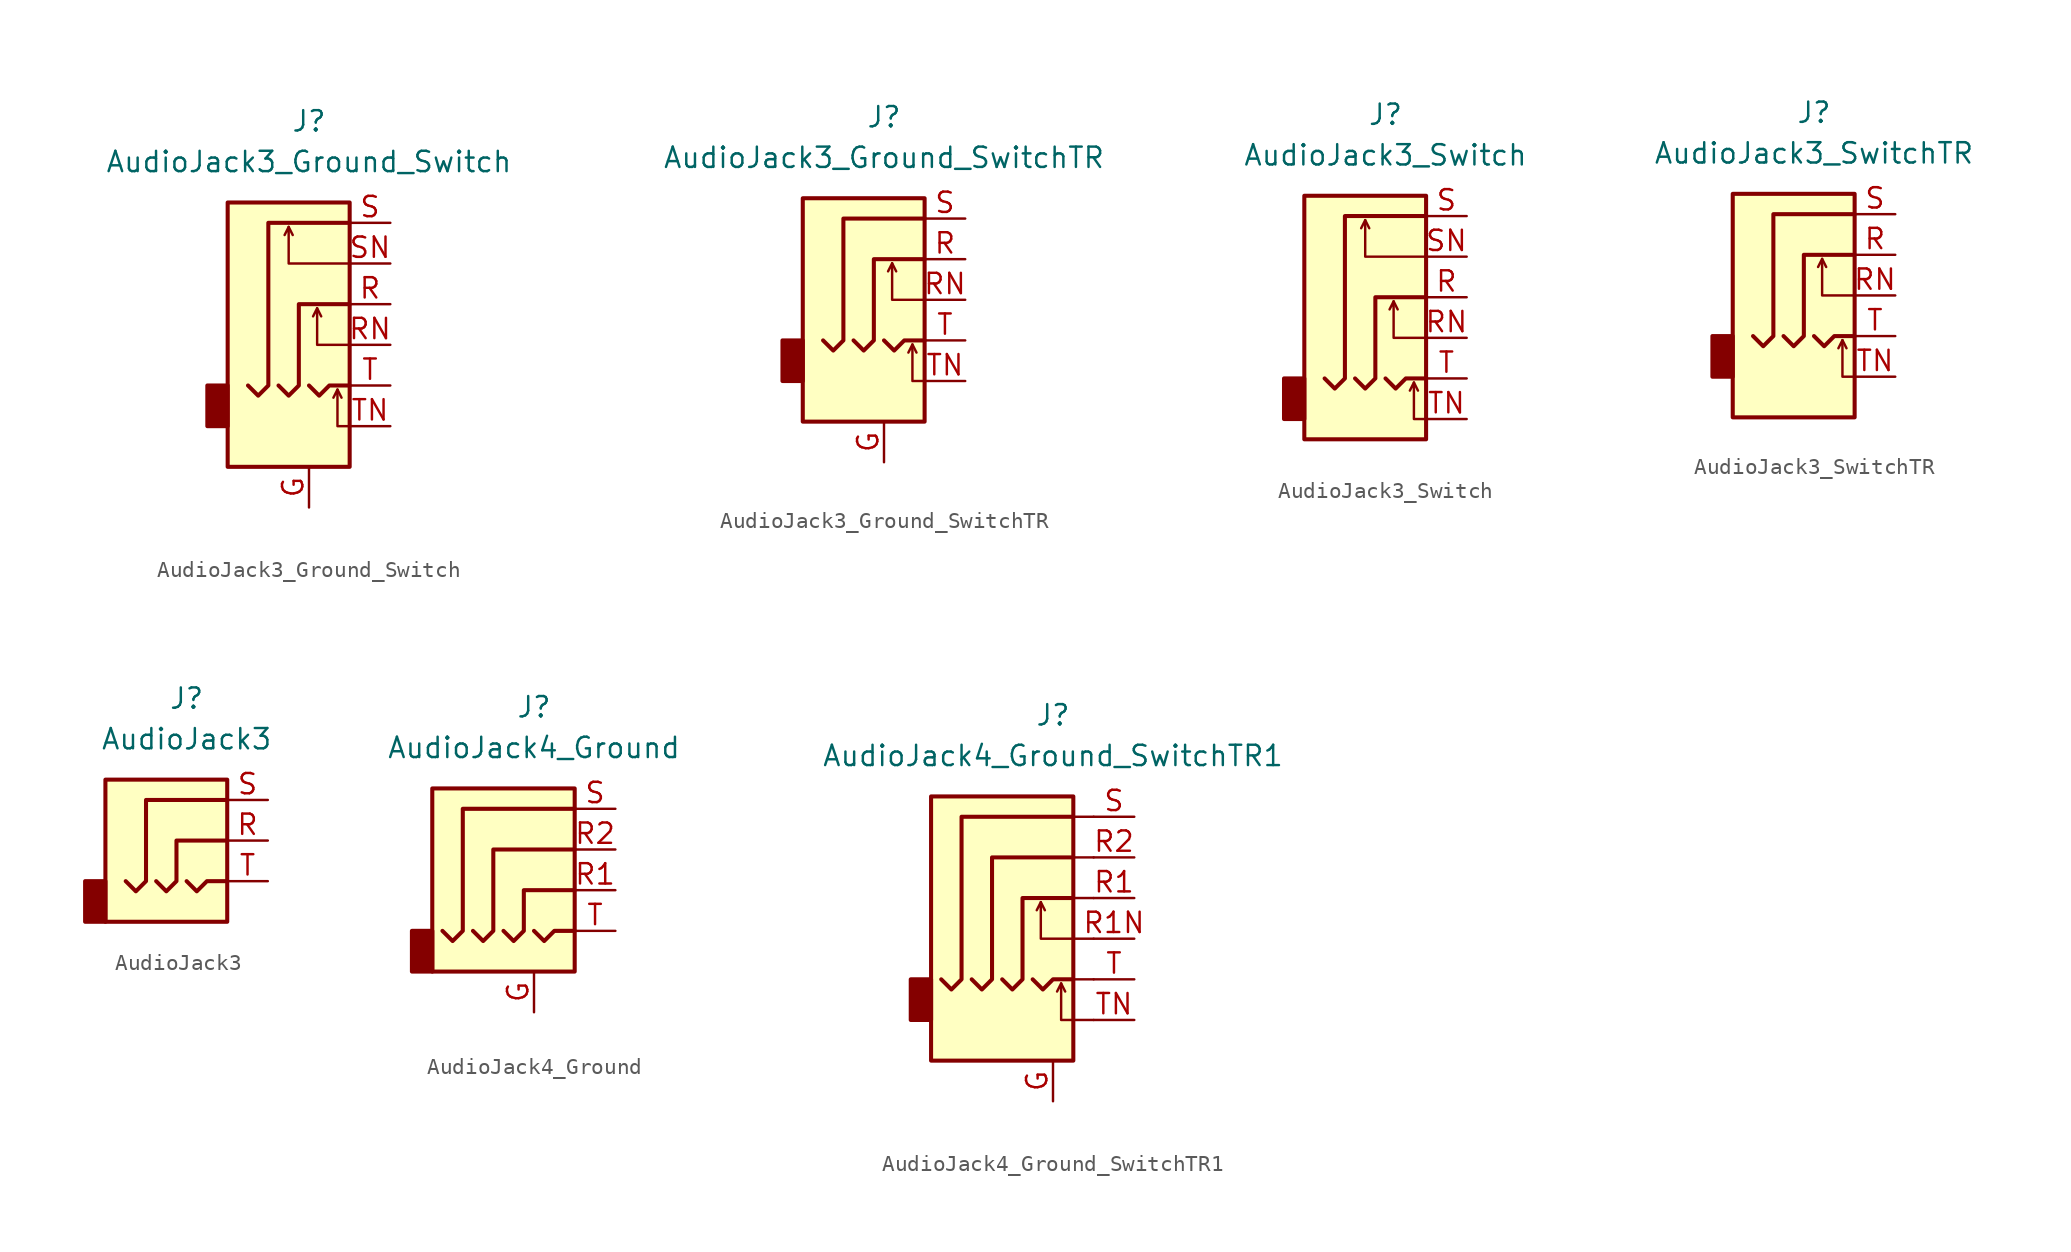
<source format=kicad_sym>
(kicad_symbol_lib
  (version 20201005)
  (generator kicad_symbol_editor)
  (symbol "Connector:AudioJack3_Ground_Switch"
    (property "Reference" "J"
      (at 0 11.43 0)
      (effects (font (size 1.27 1.27))))
    (property "Value" "AudioJack3_Ground_Switch"
      (at 0 8.89 0)
      (effects (font (size 1.27 1.27))))
    (symbol "AudioJack3_Ground_Switch_0_1"
      (rectangle (start -5.08 -5.08) (end -6.35 -7.62) (stroke (width 0.254)) (fill (type outline)))
      (rectangle (start 2.54 6.35) (end -5.08 -10.16) (stroke (width 0.254)) (fill (type background))))
    (symbol "AudioJack3_Ground_Switch_1_1"
      (polyline (pts (xy -1.27 4.826) (xy -1.016 4.318)) (stroke (width 0)) (fill (type none)))
      (polyline (pts (xy 0.508 -0.254) (xy 0.762 -0.762)) (stroke (width 0)) (fill (type none)))
      (polyline (pts (xy 1.778 -5.334) (xy 2.032 -5.842)) (stroke (width 0)) (fill (type none)))
      (polyline (pts (xy 0 -5.08) (xy 0.635 -5.715) (xy 1.27 -5.08) (xy 2.54 -5.08)) (stroke (width 0.254)) (fill (type none)))
      (polyline (pts (xy 2.54 -7.62) (xy 1.778 -7.62) (xy 1.778 -5.334) (xy 1.524 -5.842)) (stroke (width 0)) (fill (type none)))
      (polyline (pts (xy 2.54 -2.54) (xy 0.508 -2.54) (xy 0.508 -0.254) (xy 0.254 -0.762)) (stroke (width 0)) (fill (type none)))
      (polyline (pts (xy 2.54 2.54) (xy -1.27 2.54) (xy -1.27 4.826) (xy -1.524 4.318)) (stroke (width 0)) (fill (type none)))
      (polyline (pts (xy -1.905 -5.08) (xy -1.27 -5.715) (xy -0.635 -5.08) (xy -0.635 0) (xy 2.54 0)) (stroke (width 0.254)) (fill (type none)))
      (polyline (pts (xy 2.54 5.08) (xy -2.54 5.08) (xy -2.54 -5.08) (xy -3.175 -5.715) (xy -3.81 -5.08)) (stroke (width 0.254)) (fill (type none)))
      (pin passive line (at 0 -12.7 90) (length 2.54) (name "~" (effects (font (size 1.27 1.27)))) (number "G" (effects (font (size 1.27 1.27)))))
      (pin passive line (at 5.08 0 180) (length 2.54) (name "~" (effects (font (size 1.27 1.27)))) (number "R" (effects (font (size 1.27 1.27)))))
      (pin passive line (at 5.08 -2.54 180) (length 2.54) (name "~" (effects (font (size 1.27 1.27)))) (number "RN" (effects (font (size 1.27 1.27)))))
      (pin passive line (at 5.08 5.08 180) (length 2.54) (name "~" (effects (font (size 1.27 1.27)))) (number "S" (effects (font (size 1.27 1.27)))))
      (pin passive line (at 5.08 2.54 180) (length 2.54) (name "~" (effects (font (size 1.27 1.27)))) (number "SN" (effects (font (size 1.27 1.27)))))
      (pin passive line (at 5.08 -5.08 180) (length 2.54) (name "~" (effects (font (size 1.27 1.27)))) (number "T" (effects (font (size 1.27 1.27)))))
      (pin passive line (at 5.08 -7.62 180) (length 2.54) (name "~" (effects (font (size 1.27 1.27)))) (number "TN" (effects (font (size 1.27 1.27)))))))
  (symbol "Connector:AudioJack3_Ground_SwitchTR"
    (property "Reference" "J"
      (at 0 8.89 0)
      (effects (font (size 1.27 1.27))))
    (property "Value" "AudioJack3_Ground_SwitchTR"
      (at 0 6.35 0)
      (effects (font (size 1.27 1.27))))
    (symbol "AudioJack3_Ground_SwitchTR_0_1"
      (rectangle (start -5.08 -5.08) (end -6.35 -7.62) (stroke (width 0.254)) (fill (type outline)))
      (rectangle (start 2.54 3.81) (end -5.08 -10.16) (stroke (width 0.254)) (fill (type background)))
      (polyline (pts (xy 0.508 -0.254) (xy 0.762 -0.762)) (stroke (width 0)) (fill (type none)))
      (polyline (pts (xy 1.778 -5.334) (xy 2.032 -5.842)) (stroke (width 0)) (fill (type none)))
      (polyline (pts (xy 0 -5.08) (xy 0.635 -5.715) (xy 1.27 -5.08) (xy 2.54 -5.08)) (stroke (width 0.254)) (fill (type none)))
      (polyline (pts (xy 2.54 -7.62) (xy 1.778 -7.62) (xy 1.778 -5.334) (xy 1.524 -5.842)) (stroke (width 0)) (fill (type none)))
      (polyline (pts (xy 2.54 -2.54) (xy 0.508 -2.54) (xy 0.508 -0.254) (xy 0.254 -0.762)) (stroke (width 0)) (fill (type none)))
      (polyline (pts (xy -1.905 -5.08) (xy -1.27 -5.715) (xy -0.635 -5.08) (xy -0.635 0) (xy 2.54 0)) (stroke (width 0.254)) (fill (type none)))
      (polyline (pts (xy 2.54 2.54) (xy -2.54 2.54) (xy -2.54 -5.08) (xy -3.175 -5.715) (xy -3.81 -5.08)) (stroke (width 0.254)) (fill (type none))))
    (symbol "AudioJack3_Ground_SwitchTR_1_1"
      (pin passive line (at 0 -12.7 90) (length 2.54) (name "~" (effects (font (size 1.27 1.27)))) (number "G" (effects (font (size 1.27 1.27)))))
      (pin passive line (at 5.08 0 180) (length 2.54) (name "~" (effects (font (size 1.27 1.27)))) (number "R" (effects (font (size 1.27 1.27)))))
      (pin passive line (at 5.08 -2.54 180) (length 2.54) (name "~" (effects (font (size 1.27 1.27)))) (number "RN" (effects (font (size 1.27 1.27)))))
      (pin passive line (at 5.08 2.54 180) (length 2.54) (name "~" (effects (font (size 1.27 1.27)))) (number "S" (effects (font (size 1.27 1.27)))))
      (pin passive line (at 5.08 -5.08 180) (length 2.54) (name "~" (effects (font (size 1.27 1.27)))) (number "T" (effects (font (size 1.27 1.27)))))
      (pin passive line (at 5.08 -7.62 180) (length 2.54) (name "~" (effects (font (size 1.27 1.27)))) (number "TN" (effects (font (size 1.27 1.27)))))))
  (symbol "Connector:AudioJack3_Switch"
    (property "Reference" "J"
      (at 0 11.43 0)
      (effects (font (size 1.27 1.27))))
    (property "Value" "AudioJack3_Switch"
      (at 0 8.89 0)
      (effects (font (size 1.27 1.27))))
    (symbol "AudioJack3_Switch_0_1"
      (rectangle (start -5.08 -5.08) (end -6.35 -7.62) (stroke (width 0.254)) (fill (type outline)))
      (rectangle (start 2.54 6.35) (end -5.08 -8.89) (stroke (width 0.254)) (fill (type background)))
      (polyline (pts (xy -1.27 4.826) (xy -1.016 4.318)) (stroke (width 0)) (fill (type none)))
      (polyline (pts (xy 0.508 -0.254) (xy 0.762 -0.762)) (stroke (width 0)) (fill (type none)))
      (polyline (pts (xy 1.778 -5.334) (xy 2.032 -5.842)) (stroke (width 0)) (fill (type none)))
      (polyline (pts (xy 0 -5.08) (xy 0.635 -5.715) (xy 1.27 -5.08) (xy 2.54 -5.08)) (stroke (width 0.254)) (fill (type none)))
      (polyline (pts (xy 2.54 -7.62) (xy 1.778 -7.62) (xy 1.778 -5.334) (xy 1.524 -5.842)) (stroke (width 0)) (fill (type none)))
      (polyline (pts (xy 2.54 -2.54) (xy 0.508 -2.54) (xy 0.508 -0.254) (xy 0.254 -0.762)) (stroke (width 0)) (fill (type none)))
      (polyline (pts (xy 2.54 2.54) (xy -1.27 2.54) (xy -1.27 4.826) (xy -1.524 4.318)) (stroke (width 0)) (fill (type none)))
      (polyline (pts (xy -1.905 -5.08) (xy -1.27 -5.715) (xy -0.635 -5.08) (xy -0.635 0) (xy 2.54 0)) (stroke (width 0.254)) (fill (type none)))
      (polyline (pts (xy 2.54 5.08) (xy -2.54 5.08) (xy -2.54 -5.08) (xy -3.175 -5.715) (xy -3.81 -5.08)) (stroke (width 0.254)) (fill (type none))))
    (symbol "AudioJack3_Switch_1_1"
      (pin passive line (at 5.08 0 180) (length 2.54) (name "~" (effects (font (size 1.27 1.27)))) (number "R" (effects (font (size 1.27 1.27)))))
      (pin passive line (at 5.08 -2.54 180) (length 2.54) (name "~" (effects (font (size 1.27 1.27)))) (number "RN" (effects (font (size 1.27 1.27)))))
      (pin passive line (at 5.08 5.08 180) (length 2.54) (name "~" (effects (font (size 1.27 1.27)))) (number "S" (effects (font (size 1.27 1.27)))))
      (pin passive line (at 5.08 2.54 180) (length 2.54) (name "~" (effects (font (size 1.27 1.27)))) (number "SN" (effects (font (size 1.27 1.27)))))
      (pin passive line (at 5.08 -5.08 180) (length 2.54) (name "~" (effects (font (size 1.27 1.27)))) (number "T" (effects (font (size 1.27 1.27)))))
      (pin passive line (at 5.08 -7.62 180) (length 2.54) (name "~" (effects (font (size 1.27 1.27)))) (number "TN" (effects (font (size 1.27 1.27)))))))
  (symbol "Connector:AudioJack3_SwitchTR"
    (property "Reference" "J"
      (at 0 8.89 0)
      (effects (font (size 1.27 1.27))))
    (property "Value" "AudioJack3_SwitchTR"
      (at 0 6.35 0)
      (effects (font (size 1.27 1.27))))
    (symbol "AudioJack3_SwitchTR_0_1"
      (rectangle (start -5.08 -5.08) (end -6.35 -7.62) (stroke (width 0.254)) (fill (type outline)))
      (rectangle (start 2.54 3.81) (end -5.08 -10.16) (stroke (width 0.254)) (fill (type background)))
      (polyline (pts (xy 0.508 -0.254) (xy 0.762 -0.762)) (stroke (width 0)) (fill (type none)))
      (polyline (pts (xy 1.778 -5.334) (xy 2.032 -5.842)) (stroke (width 0)) (fill (type none)))
      (polyline (pts (xy 0 -5.08) (xy 0.635 -5.715) (xy 1.27 -5.08) (xy 2.54 -5.08)) (stroke (width 0.254)) (fill (type none)))
      (polyline (pts (xy 2.54 -7.62) (xy 1.778 -7.62) (xy 1.778 -5.334) (xy 1.524 -5.842)) (stroke (width 0)) (fill (type none)))
      (polyline (pts (xy 2.54 -2.54) (xy 0.508 -2.54) (xy 0.508 -0.254) (xy 0.254 -0.762)) (stroke (width 0)) (fill (type none)))
      (polyline (pts (xy -1.905 -5.08) (xy -1.27 -5.715) (xy -0.635 -5.08) (xy -0.635 0) (xy 2.54 0)) (stroke (width 0.254)) (fill (type none)))
      (polyline (pts (xy 2.54 2.54) (xy -2.54 2.54) (xy -2.54 -5.08) (xy -3.175 -5.715) (xy -3.81 -5.08)) (stroke (width 0.254)) (fill (type none))))
    (symbol "AudioJack3_SwitchTR_1_1"
      (pin passive line (at 5.08 0 180) (length 2.54) (name "~" (effects (font (size 1.27 1.27)))) (number "R" (effects (font (size 1.27 1.27)))))
      (pin passive line (at 5.08 -2.54 180) (length 2.54) (name "~" (effects (font (size 1.27 1.27)))) (number "RN" (effects (font (size 1.27 1.27)))))
      (pin passive line (at 5.08 2.54 180) (length 2.54) (name "~" (effects (font (size 1.27 1.27)))) (number "S" (effects (font (size 1.27 1.27)))))
      (pin passive line (at 5.08 -5.08 180) (length 2.54) (name "~" (effects (font (size 1.27 1.27)))) (number "T" (effects (font (size 1.27 1.27)))))
      (pin passive line (at 5.08 -7.62 180) (length 2.54) (name "~" (effects (font (size 1.27 1.27)))) (number "TN" (effects (font (size 1.27 1.27)))))))
  (symbol "Connector:AudioJack3"
    (property "Reference" "J"
      (at 0 8.89 0)
      (effects (font (size 1.27 1.27))))
    (property "Value" "AudioJack3"
      (at 0 6.35 0)
      (effects (font (size 1.27 1.27))))
    (symbol "AudioJack3_0_1"
      (rectangle (start -5.08 -5.08) (end -6.35 -2.54) (stroke (width 0.254)) (fill (type outline)))
      (rectangle (start 2.54 3.81) (end -5.08 -5.08) (stroke (width 0.254)) (fill (type background)))
      (polyline (pts (xy 0 -2.54) (xy 0.635 -3.175) (xy 1.27 -2.54) (xy 2.54 -2.54)) (stroke (width 0.254)) (fill (type none)))
      (polyline (pts (xy -1.905 -2.54) (xy -1.27 -3.175) (xy -0.635 -2.54) (xy -0.635 0) (xy 2.54 0)) (stroke (width 0.254)) (fill (type none)))
      (polyline (pts (xy 2.54 2.54) (xy -2.54 2.54) (xy -2.54 -2.54) (xy -3.175 -3.175) (xy -3.81 -2.54)) (stroke (width 0.254)) (fill (type none))))
    (symbol "AudioJack3_1_1"
      (pin passive line (at 5.08 0 180) (length 2.54) (name "~" (effects (font (size 1.27 1.27)))) (number "R" (effects (font (size 1.27 1.27)))))
      (pin passive line (at 5.08 2.54 180) (length 2.54) (name "~" (effects (font (size 1.27 1.27)))) (number "S" (effects (font (size 1.27 1.27)))))
      (pin passive line (at 5.08 -2.54 180) (length 2.54) (name "~" (effects (font (size 1.27 1.27)))) (number "T" (effects (font (size 1.27 1.27)))))))
  (symbol "Connector:AudioJack4_Ground"
    (property "Reference" "J"
      (at 0 8.89 0)
      (effects (font (size 1.27 1.27))))
    (property "Value" "AudioJack4_Ground"
      (at 0 6.35 0)
      (effects (font (size 1.27 1.27))))
    (symbol "AudioJack4_Ground_0_1"
      (rectangle (start -6.35 -7.62) (end -7.62 -5.08) (stroke (width 0.254)) (fill (type outline)))
      (rectangle (start 2.54 3.81) (end -6.35 -7.62) (stroke (width 0.254)) (fill (type background)))
      (polyline (pts (xy 0 -5.08) (xy 0.635 -5.715) (xy 1.27 -5.08) (xy 2.54 -5.08)) (stroke (width 0.254)) (fill (type none)))
      (polyline (pts (xy -5.715 -5.08) (xy -5.08 -5.715) (xy -4.445 -5.08) (xy -4.445 2.54) (xy 2.54 2.54)) (stroke (width 0.254)) (fill (type none)))
      (polyline (pts (xy -1.905 -5.08) (xy -1.27 -5.715) (xy -0.635 -5.08) (xy -0.635 -2.54) (xy 2.54 -2.54)) (stroke (width 0.254)) (fill (type none)))
      (polyline (pts (xy 2.54 0) (xy -2.54 0) (xy -2.54 -5.08) (xy -3.175 -5.715) (xy -3.81 -5.08)) (stroke (width 0.254)) (fill (type none))))
    (symbol "AudioJack4_Ground_1_1"
      (pin passive line (at 0 -10.16 90) (length 2.54) (name "~" (effects (font (size 1.27 1.27)))) (number "G" (effects (font (size 1.27 1.27)))))
      (pin passive line (at 5.08 -2.54 180) (length 2.54) (name "~" (effects (font (size 1.27 1.27)))) (number "R1" (effects (font (size 1.27 1.27)))))
      (pin passive line (at 5.08 0 180) (length 2.54) (name "~" (effects (font (size 1.27 1.27)))) (number "R2" (effects (font (size 1.27 1.27)))))
      (pin passive line (at 5.08 2.54 180) (length 2.54) (name "~" (effects (font (size 1.27 1.27)))) (number "S" (effects (font (size 1.27 1.27)))))
      (pin passive line (at 5.08 -5.08 180) (length 2.54) (name "~" (effects (font (size 1.27 1.27)))) (number "T" (effects (font (size 1.27 1.27)))))))
  (symbol "Connector:AudioJack4_Ground_SwitchTR1"
    (property "Reference" "J"
      (at 0 11.43 0)
      (effects (font (size 1.27 1.27))))
    (property "Value" "AudioJack4_Ground_SwitchTR1"
      (at 0 8.89 0)
      (effects (font (size 1.27 1.27))))
    (symbol "AudioJack4_Ground_SwitchTR1_0_1"
      (rectangle (start -7.62 -5.08) (end -8.89 -7.62) (stroke (width 0.254)) (fill (type outline)))
      (rectangle (start 1.27 6.35) (end -7.62 -10.16) (stroke (width 0.254)) (fill (type background)))
      (polyline (pts (xy 1.27 2.54) (xy 2.54 2.54)) (stroke (width 0)) (fill (type none)))
      (polyline (pts (xy 2.54 -5.08) (xy 1.27 -5.08)) (stroke (width 0)) (fill (type none)))
      (polyline (pts (xy 2.54 0) (xy 1.27 0)) (stroke (width 0)) (fill (type none)))
      (polyline (pts (xy 2.54 5.08) (xy 1.27 5.08)) (stroke (width 0)) (fill (type none))))
    (symbol "AudioJack4_Ground_SwitchTR1_1_1"
      (polyline (pts (xy -0.762 -0.254) (xy -0.508 -0.762)) (stroke (width 0)) (fill (type none)))
      (polyline (pts (xy 0.508 -5.334) (xy 0.762 -5.842)) (stroke (width 0)) (fill (type none)))
      (polyline (pts (xy -1.27 -5.08) (xy -0.635 -5.715) (xy 0 -5.08) (xy 1.27 -5.08)) (stroke (width 0.254)) (fill (type none)))
      (polyline (pts (xy 2.54 -7.62) (xy 0.508 -7.62) (xy 0.508 -5.334) (xy 0.254 -5.842)) (stroke (width 0)) (fill (type none)))
      (polyline (pts (xy 2.54 -2.54) (xy -0.762 -2.54) (xy -0.762 -0.254) (xy -1.016 -0.762)) (stroke (width 0)) (fill (type none)))
      (polyline (pts (xy -3.175 -5.08) (xy -2.54 -5.715) (xy -1.905 -5.08) (xy -1.905 0) (xy 1.27 0)) (stroke (width 0.254)) (fill (type none)))
      (polyline (pts (xy 1.27 2.54) (xy -3.81 2.54) (xy -3.81 -5.08) (xy -4.445 -5.715) (xy -5.08 -5.08)) (stroke (width 0.254)) (fill (type none)))
      (polyline (pts (xy 1.27 5.08) (xy -5.715 5.08) (xy -5.715 -5.08) (xy -6.35 -5.715) (xy -6.985 -5.08)) (stroke (width 0.254)) (fill (type none)))
      (pin passive line (at 0 -12.7 90) (length 2.54) (name "~" (effects (font (size 1.27 1.27)))) (number "G" (effects (font (size 1.27 1.27)))))
      (pin passive line (at 5.08 0 180) (length 2.54) (name "~" (effects (font (size 1.27 1.27)))) (number "R1" (effects (font (size 1.27 1.27)))))
      (pin passive line (at 5.08 -2.54 180) (length 2.54) (name "~" (effects (font (size 1.27 1.27)))) (number "R1N" (effects (font (size 1.27 1.27)))))
      (pin passive line (at 5.08 2.54 180) (length 2.54) (name "~" (effects (font (size 1.27 1.27)))) (number "R2" (effects (font (size 1.27 1.27)))))
      (pin passive line (at 5.08 5.08 180) (length 2.54) (name "~" (effects (font (size 1.27 1.27)))) (number "S" (effects (font (size 1.27 1.27)))))
      (pin passive line (at 5.08 -5.08 180) (length 2.54) (name "~" (effects (font (size 1.27 1.27)))) (number "T" (effects (font (size 1.27 1.27)))))
      (pin passive line (at 5.08 -7.62 180) (length 2.54) (name "~" (effects (font (size 1.27 1.27)))) (number "TN" (effects (font (size 1.27 1.27))))))))
</source>
